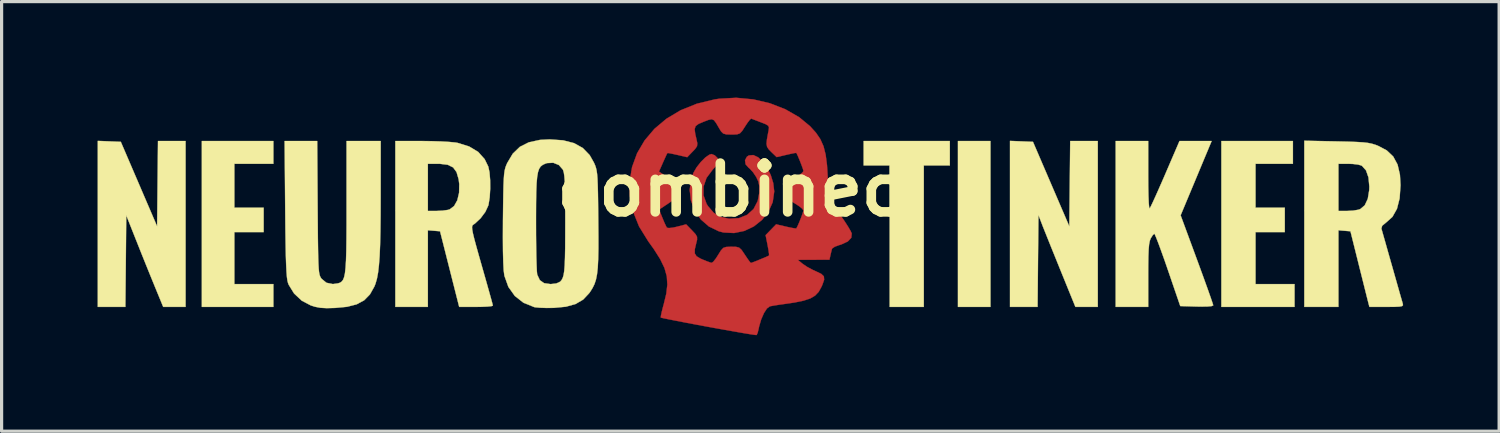
<source format=kicad_pcb>
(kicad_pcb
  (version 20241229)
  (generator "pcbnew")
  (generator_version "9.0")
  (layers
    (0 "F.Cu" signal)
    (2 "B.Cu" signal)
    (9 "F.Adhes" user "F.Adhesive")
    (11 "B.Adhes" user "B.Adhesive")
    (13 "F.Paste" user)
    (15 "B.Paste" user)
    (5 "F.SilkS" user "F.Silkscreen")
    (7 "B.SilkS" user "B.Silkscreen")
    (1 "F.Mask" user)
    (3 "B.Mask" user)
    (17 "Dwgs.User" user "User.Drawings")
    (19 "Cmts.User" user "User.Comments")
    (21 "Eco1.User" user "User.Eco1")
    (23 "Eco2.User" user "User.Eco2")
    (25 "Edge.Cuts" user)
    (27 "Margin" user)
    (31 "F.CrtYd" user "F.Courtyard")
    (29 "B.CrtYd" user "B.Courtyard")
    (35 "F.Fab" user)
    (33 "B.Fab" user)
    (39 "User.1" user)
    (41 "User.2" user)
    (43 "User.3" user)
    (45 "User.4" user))
  (footprint "combined"
    (layer "F.Cu")
    (at 19.817 2.88)
    (property "Reference" "combined" (at 0 0 0) (layer "F.SilkS") (effects (font (size 1.524 1.524) (thickness 0.3))))
    (attr through_hole)
    (fp_poly (pts (xy -0.537 -1.078) (xy -0.446 -0.989) (xy -0.406 -0.893) (xy -0.44 -0.824) (xy -0.526 -0.713) (xy -0.605 -0.626) (xy -0.793 -0.374) (xy -0.887 -0.104) (xy -0.888 0.172) (xy -0.792 0.44) (xy -0.748 0.51) (xy -0.565 0.723) (xy -0.351 0.848) (xy -0.087 0.903) (xy 0.219 0.885) (xy 0.477 0.781) (xy 0.675 0.601) (xy 0.805 0.351) (xy 0.854 0.097) (xy 0.858 -0.104) (xy 0.826 -0.258) (xy 0.758 -0.402) (xy 0.661 -0.547) (xy 0.557 -0.662) (xy 0.524 -0.687) (xy 0.427 -0.796) (xy 0.409 -0.923) (xy 0.467 -1.033) (xy 0.527 -1.073) (xy 0.668 -1.086) (xy 0.818 -1.016) (xy 0.966 -0.877) (xy 1.101 -0.686) (xy 1.213 -0.46) (xy 1.29 -0.212) (xy 1.32 0.04) (xy 1.321 0.054) (xy 1.274 0.384) (xy 1.142 0.682) (xy 0.941 0.939) (xy 0.685 1.143) (xy 0.389 1.284) (xy 0.067 1.35) (xy -0.265 1.333) (xy -0.408 1.296) (xy -0.718 1.147) (xy -0.972 0.926) (xy -1.162 0.65) (xy -1.28 0.337) (xy -1.32 0.003) (xy -1.275 -0.335) (xy -1.201 -0.534) (xy -1.102 -0.704) (xy -0.972 -0.869) (xy -0.833 -1.008) (xy -0.706 -1.097) (xy -0.637 -1.118) (xy -0.537 -1.078)) (stroke (width 0.01) (type solid)) (fill yes) (layer "F.Cu"))
    (fp_poly (pts (xy 0.668 -2.825) (xy 1.185 -2.704) (xy 1.669 -2.516) (xy 2.101 -2.268) (xy 2.44 -1.988) (xy 2.624 -1.785) (xy 2.762 -1.583) (xy 2.861 -1.361) (xy 2.928 -1.098) (xy 2.97 -0.773) (xy 2.993 -0.404) (xy 3.023 0.284) (xy 3.367 0.762) (xy 3.508 0.964) (xy 3.627 1.148) (xy 3.71 1.291) (xy 3.743 1.365) (xy 3.729 1.498) (xy 3.619 1.614) (xy 3.419 1.707) (xy 3.345 1.729) (xy 3.215 1.777) (xy 3.135 1.83) (xy 3.126 1.844) (xy 3.102 1.937) (xy 3.077 2.045) (xy 3.046 2.184) (xy 2.552 2.186) (xy 2.057 2.188) (xy 2.21 2.313) (xy 2.347 2.406) (xy 2.528 2.503) (xy 2.629 2.549) (xy 2.791 2.626) (xy 2.872 2.704) (xy 2.881 2.808) (xy 2.827 2.964) (xy 2.797 3.031) (xy 2.711 3.186) (xy 2.6 3.304) (xy 2.448 3.394) (xy 2.239 3.463) (xy 1.957 3.521) (xy 1.707 3.558) (xy 1.499 3.587) (xy 1.319 3.615) (xy 1.2 3.637) (xy 1.185 3.64) (xy 1.095 3.706) (xy 1.001 3.85) (xy 0.915 4.046) (xy 0.849 4.271) (xy 0.837 4.331) (xy 0.806 4.458) (xy 0.775 4.532) (xy 0.769 4.537) (xy 0.713 4.532) (xy 0.569 4.511) (xy 0.351 4.475) (xy 0.071 4.426) (xy -0.258 4.368) (xy -0.623 4.302) (xy -0.733 4.282) (xy -1.106 4.213) (xy -1.446 4.149) (xy -1.739 4.092) (xy -1.974 4.046) (xy -2.138 4.012) (xy -2.217 3.994) (xy -2.223 3.991) (xy -2.219 3.937) (xy -2.192 3.809) (xy -2.147 3.633) (xy -2.13 3.573) (xy -2.051 3.247) (xy -2.018 2.962) (xy -2.035 2.7) (xy -2.108 2.441) (xy -2.242 2.164) (xy -2.441 1.85) (xy -2.614 1.609) (xy -2.9 1.147) (xy -3.09 0.677) (xy -3.187 0.204) (xy -3.196 -0.261) (xy -3.144 -0.569) (xy -2.28 -0.569) (xy -2.004 -0.386) (xy -1.854 -0.283) (xy -1.772 -0.205) (xy -1.736 -0.123) (xy -1.727 -0.008) (xy -1.727 0.025) (xy -1.732 0.152) (xy -1.76 0.239) (xy -1.831 0.315) (xy -1.964 0.41) (xy -2.002 0.435) (xy -2.277 0.618) (xy -2.171 0.88) (xy -2.107 1.033) (xy -2.053 1.146) (xy -2.03 1.184) (xy -1.966 1.195) (xy -1.836 1.18) (xy -1.713 1.152) (xy -1.431 1.079) (xy -1.245 1.27) (xy -1.137 1.386) (xy -1.09 1.47) (xy -1.089 1.56) (xy -1.113 1.657) (xy -1.16 1.856) (xy -1.161 1.987) (xy -1.106 2.075) (xy -0.985 2.148) (xy -0.927 2.174) (xy -0.779 2.234) (xy -0.667 2.274) (xy -0.633 2.282) (xy -0.58 2.244) (xy -0.499 2.141) (xy -0.43 2.033) (xy -0.341 1.891) (xy -0.27 1.815) (xy -0.181 1.785) (xy -0.041 1.779) (xy -0.018 1.779) (xy 0.13 1.782) (xy 0.224 1.807) (xy 0.299 1.874) (xy 0.388 2.004) (xy 0.406 2.032) (xy 0.497 2.167) (xy 0.565 2.259) (xy 0.593 2.286) (xy 0.646 2.268) (xy 0.76 2.224) (xy 0.901 2.166) (xy 1.037 2.11) (xy 1.133 2.067) (xy 1.159 2.053) (xy 1.159 2.002) (xy 1.141 1.879) (xy 1.114 1.729) (xy 1.052 1.417) (xy 1.381 1.078) (xy 1.688 1.15) (xy 1.851 1.185) (xy 1.968 1.205) (xy 2.011 1.207) (xy 2.046 1.144) (xy 2.1 1.021) (xy 2.159 0.874) (xy 2.208 0.739) (xy 2.233 0.653) (xy 2.234 0.643) (xy 2.193 0.587) (xy 2.088 0.504) (xy 1.98 0.434) (xy 1.838 0.346) (xy 1.763 0.274) (xy 1.733 0.186) (xy 1.727 0.047) (xy 1.727 0.026) (xy 1.731 -0.122) (xy 1.757 -0.214) (xy 1.826 -0.284) (xy 1.958 -0.368) (xy 1.981 -0.381) (xy 2.119 -0.471) (xy 2.211 -0.549) (xy 2.235 -0.588) (xy 2.217 -0.655) (xy 2.172 -0.78) (xy 2.114 -0.927) (xy 2.058 -1.06) (xy 2.017 -1.145) (xy 2.011 -1.154) (xy 1.961 -1.149) (xy 1.841 -1.125) (xy 1.7 -1.093) (xy 1.397 -1.022) (xy 1.228 -1.184) (xy 1.146 -1.268) (xy 1.098 -1.344) (xy 1.081 -1.436) (xy 1.093 -1.571) (xy 1.129 -1.772) (xy 1.146 -1.855) (xy 1.157 -1.945) (xy 1.133 -2.003) (xy 1.052 -2.052) (xy 0.907 -2.109) (xy 0.754 -2.167) (xy 0.642 -2.21) (xy 0.604 -2.225) (xy 0.562 -2.193) (xy 0.487 -2.096) (xy 0.413 -1.984) (xy 0.321 -1.841) (xy 0.249 -1.764) (xy 0.161 -1.733) (xy 0.023 -1.727) (xy -0.016 -1.727) (xy -0.176 -1.732) (xy -0.271 -1.758) (xy -0.339 -1.825) (xy -0.396 -1.918) (xy -0.492 -2.083) (xy -0.561 -2.175) (xy -0.631 -2.205) (xy -0.728 -2.186) (xy -0.88 -2.128) (xy -0.88 -2.128) (xy -1.043 -2.059) (xy -1.134 -1.991) (xy -1.165 -1.896) (xy -1.147 -1.748) (xy -1.112 -1.597) (xy -1.082 -1.457) (xy -1.09 -1.365) (xy -1.149 -1.277) (xy -1.226 -1.196) (xy -1.397 -1.019) (xy -1.702 -1.09) (xy -1.862 -1.125) (xy -1.977 -1.147) (xy -2.017 -1.149) (xy -2.042 -1.101) (xy -2.095 -0.985) (xy -2.154 -0.854) (xy -2.28 -0.569) (xy -3.144 -0.569) (xy -3.12 -0.712) (xy -2.963 -1.142) (xy -2.729 -1.541) (xy -2.422 -1.904) (xy -2.045 -2.221) (xy -1.603 -2.485) (xy -1.098 -2.689) (xy -0.537 -2.825) (xy -0.393 -2.846) (xy 0.135 -2.875) (xy 0.668 -2.825)) (stroke (width 0.01) (type solid)) (fill yes) (layer "F.Cu"))
    (fp_poly (pts (xy -0.537 -1.078) (xy -0.446 -0.989) (xy -0.406 -0.893) (xy -0.44 -0.824) (xy -0.526 -0.713) (xy -0.605 -0.626) (xy -0.793 -0.374) (xy -0.887 -0.104) (xy -0.888 0.172) (xy -0.792 0.44) (xy -0.748 0.51) (xy -0.565 0.723) (xy -0.351 0.848) (xy -0.087 0.903) (xy 0.219 0.885) (xy 0.477 0.781) (xy 0.675 0.601) (xy 0.805 0.351) (xy 0.854 0.097) (xy 0.858 -0.104) (xy 0.826 -0.258) (xy 0.758 -0.402) (xy 0.661 -0.547) (xy 0.557 -0.662) (xy 0.524 -0.687) (xy 0.427 -0.796) (xy 0.409 -0.923) (xy 0.467 -1.033) (xy 0.527 -1.073) (xy 0.668 -1.086) (xy 0.818 -1.016) (xy 0.966 -0.877) (xy 1.101 -0.686) (xy 1.213 -0.46) (xy 1.29 -0.212) (xy 1.32 0.04) (xy 1.321 0.054) (xy 1.274 0.384) (xy 1.142 0.682) (xy 0.941 0.939) (xy 0.685 1.143) (xy 0.389 1.284) (xy 0.067 1.35) (xy -0.265 1.333) (xy -0.408 1.296) (xy -0.718 1.147) (xy -0.972 0.926) (xy -1.162 0.65) (xy -1.28 0.337) (xy -1.32 0.003) (xy -1.275 -0.335) (xy -1.201 -0.534) (xy -1.102 -0.704) (xy -0.972 -0.869) (xy -0.833 -1.008) (xy -0.706 -1.097) (xy -0.637 -1.118) (xy -0.537 -1.078)) (stroke (width 0.01) (type solid)) (fill yes) (layer "F.Mask"))
    (fp_poly (pts (xy 0.668 -2.825) (xy 1.185 -2.704) (xy 1.669 -2.516) (xy 2.101 -2.268) (xy 2.44 -1.988) (xy 2.624 -1.785) (xy 2.762 -1.583) (xy 2.861 -1.361) (xy 2.928 -1.098) (xy 2.97 -0.773) (xy 2.993 -0.404) (xy 3.023 0.284) (xy 3.367 0.762) (xy 3.508 0.964) (xy 3.627 1.148) (xy 3.71 1.291) (xy 3.743 1.365) (xy 3.729 1.498) (xy 3.619 1.614) (xy 3.419 1.707) (xy 3.345 1.729) (xy 3.215 1.777) (xy 3.135 1.83) (xy 3.126 1.844) (xy 3.102 1.937) (xy 3.077 2.045) (xy 3.046 2.184) (xy 2.552 2.186) (xy 2.057 2.188) (xy 2.21 2.313) (xy 2.347 2.406) (xy 2.528 2.503) (xy 2.629 2.549) (xy 2.791 2.626) (xy 2.872 2.704) (xy 2.881 2.808) (xy 2.827 2.964) (xy 2.797 3.031) (xy 2.711 3.186) (xy 2.6 3.304) (xy 2.448 3.394) (xy 2.239 3.463) (xy 1.957 3.521) (xy 1.707 3.558) (xy 1.499 3.587) (xy 1.319 3.615) (xy 1.2 3.637) (xy 1.185 3.64) (xy 1.095 3.706) (xy 1.001 3.85) (xy 0.915 4.046) (xy 0.849 4.271) (xy 0.837 4.331) (xy 0.806 4.458) (xy 0.775 4.532) (xy 0.769 4.537) (xy 0.713 4.532) (xy 0.569 4.511) (xy 0.351 4.475) (xy 0.071 4.426) (xy -0.258 4.368) (xy -0.623 4.302) (xy -0.733 4.282) (xy -1.106 4.213) (xy -1.446 4.149) (xy -1.739 4.092) (xy -1.974 4.046) (xy -2.138 4.012) (xy -2.217 3.994) (xy -2.223 3.991) (xy -2.219 3.937) (xy -2.192 3.809) (xy -2.147 3.633) (xy -2.13 3.573) (xy -2.051 3.247) (xy -2.018 2.962) (xy -2.035 2.7) (xy -2.108 2.441) (xy -2.242 2.164) (xy -2.441 1.85) (xy -2.614 1.609) (xy -2.9 1.147) (xy -3.09 0.677) (xy -3.187 0.204) (xy -3.196 -0.261) (xy -3.144 -0.569) (xy -2.28 -0.569) (xy -2.004 -0.386) (xy -1.854 -0.283) (xy -1.772 -0.205) (xy -1.736 -0.123) (xy -1.727 -0.008) (xy -1.727 0.025) (xy -1.732 0.152) (xy -1.76 0.239) (xy -1.831 0.315) (xy -1.964 0.41) (xy -2.002 0.435) (xy -2.277 0.618) (xy -2.171 0.88) (xy -2.107 1.033) (xy -2.053 1.146) (xy -2.03 1.184) (xy -1.966 1.195) (xy -1.836 1.18) (xy -1.713 1.152) (xy -1.431 1.079) (xy -1.245 1.27) (xy -1.137 1.386) (xy -1.09 1.47) (xy -1.089 1.56) (xy -1.113 1.657) (xy -1.16 1.856) (xy -1.161 1.987) (xy -1.106 2.075) (xy -0.985 2.148) (xy -0.927 2.174) (xy -0.779 2.234) (xy -0.667 2.274) (xy -0.633 2.282) (xy -0.58 2.244) (xy -0.499 2.141) (xy -0.43 2.033) (xy -0.341 1.891) (xy -0.27 1.815) (xy -0.181 1.785) (xy -0.041 1.779) (xy -0.018 1.779) (xy 0.13 1.782) (xy 0.224 1.807) (xy 0.299 1.874) (xy 0.388 2.004) (xy 0.406 2.032) (xy 0.497 2.167) (xy 0.565 2.259) (xy 0.593 2.286) (xy 0.646 2.268) (xy 0.76 2.224) (xy 0.901 2.166) (xy 1.037 2.11) (xy 1.133 2.067) (xy 1.159 2.053) (xy 1.159 2.002) (xy 1.141 1.879) (xy 1.114 1.729) (xy 1.052 1.417) (xy 1.381 1.078) (xy 1.688 1.15) (xy 1.851 1.185) (xy 1.968 1.205) (xy 2.011 1.207) (xy 2.046 1.144) (xy 2.1 1.021) (xy 2.159 0.874) (xy 2.208 0.739) (xy 2.233 0.653) (xy 2.234 0.643) (xy 2.193 0.587) (xy 2.088 0.504) (xy 1.98 0.434) (xy 1.838 0.346) (xy 1.763 0.274) (xy 1.733 0.186) (xy 1.727 0.047) (xy 1.727 0.026) (xy 1.731 -0.122) (xy 1.757 -0.214) (xy 1.826 -0.284) (xy 1.958 -0.368) (xy 1.981 -0.381) (xy 2.119 -0.471) (xy 2.211 -0.549) (xy 2.235 -0.588) (xy 2.217 -0.655) (xy 2.172 -0.78) (xy 2.114 -0.927) (xy 2.058 -1.06) (xy 2.017 -1.145) (xy 2.011 -1.154) (xy 1.961 -1.149) (xy 1.841 -1.125) (xy 1.7 -1.093) (xy 1.397 -1.022) (xy 1.228 -1.184) (xy 1.146 -1.268) (xy 1.098 -1.344) (xy 1.081 -1.436) (xy 1.093 -1.571) (xy 1.129 -1.772) (xy 1.146 -1.855) (xy 1.157 -1.945) (xy 1.133 -2.003) (xy 1.052 -2.052) (xy 0.907 -2.109) (xy 0.754 -2.167) (xy 0.642 -2.21) (xy 0.604 -2.225) (xy 0.562 -2.193) (xy 0.487 -2.096) (xy 0.413 -1.984) (xy 0.321 -1.841) (xy 0.249 -1.764) (xy 0.161 -1.733) (xy 0.023 -1.727) (xy -0.016 -1.727) (xy -0.176 -1.732) (xy -0.271 -1.758) (xy -0.339 -1.825) (xy -0.396 -1.918) (xy -0.492 -2.083) (xy -0.561 -2.175) (xy -0.631 -2.205) (xy -0.728 -2.186) (xy -0.88 -2.128) (xy -0.88 -2.128) (xy -1.043 -2.059) (xy -1.134 -1.991) (xy -1.165 -1.896) (xy -1.147 -1.748) (xy -1.112 -1.597) (xy -1.082 -1.457) (xy -1.09 -1.365) (xy -1.149 -1.277) (xy -1.226 -1.196) (xy -1.397 -1.019) (xy -1.702 -1.09) (xy -1.862 -1.125) (xy -1.977 -1.147) (xy -2.017 -1.149) (xy -2.042 -1.101) (xy -2.095 -0.985) (xy -2.154 -0.854) (xy -2.28 -0.569) (xy -3.144 -0.569) (xy -3.12 -0.712) (xy -2.963 -1.142) (xy -2.729 -1.541) (xy -2.422 -1.904) (xy -2.045 -2.221) (xy -1.603 -2.485) (xy -1.098 -2.689) (xy -0.537 -2.825) (xy -0.393 -2.846) (xy 0.135 -2.875) (xy 0.668 -2.825)) (stroke (width 0.01) (type solid)) (fill yes) (layer "F.Mask"))
    (fp_poly (pts (xy 8.077 3.658) (xy 7.061 3.658) (xy 7.061 -1.524) (xy 8.077 -1.524) (xy 8.077 3.658)) (stroke (width 0.01) (type solid)) (fill yes) (layer "F.SilkS"))
    (fp_poly (pts (xy 6.807 -0.762) (xy 5.994 -0.762) (xy 5.994 3.658) (xy 4.928 3.658) (xy 4.928 -0.762) (xy 4.115 -0.762) (xy 4.115 -1.524) (xy 6.807 -1.524) (xy 6.807 -0.762)) (stroke (width 0.01) (type solid)) (fill yes) (layer "F.SilkS"))
    (fp_poly (pts (xy -14.326 -0.813) (xy -15.545 -0.813) (xy -15.545 0.559) (xy -14.63 0.559) (xy -14.63 1.321) (xy -15.545 1.321) (xy -15.545 2.946) (xy -14.326 2.946) (xy -14.326 3.658) (xy -16.561 3.658) (xy -16.561 -1.524) (xy -14.326 -1.524) (xy -14.326 -0.813)) (stroke (width 0.01) (type solid)) (fill yes) (layer "F.SilkS"))
    (fp_poly (pts (xy 17.526 -0.813) (xy 16.358 -0.813) (xy 16.358 0.559) (xy 17.272 0.559) (xy 17.272 1.321) (xy 16.358 1.321) (xy 16.358 2.946) (xy 17.577 2.946) (xy 17.577 3.658) (xy 15.291 3.658) (xy 15.291 -1.524) (xy 17.526 -1.524) (xy 17.526 -0.813)) (stroke (width 0.01) (type solid)) (fill yes) (layer "F.SilkS"))
    (fp_poly (pts (xy -19.093 -1.499) (xy -17.958 1.143) (xy -17.931 -1.524) (xy -17.069 -1.524) (xy -17.069 3.658) (xy -17.768 3.658) (xy -18.045 2.985) (xy -18.17 2.678) (xy -18.316 2.318) (xy -18.465 1.947) (xy -18.601 1.605) (xy -18.622 1.553) (xy -18.923 0.795) (xy -18.936 2.226) (xy -18.95 3.658) (xy -19.812 3.658) (xy -19.812 -1.528) (xy -19.093 -1.499)) (stroke (width 0.01) (type solid)) (fill yes) (layer "F.SilkS"))
    (fp_poly (pts (xy 9.405 -1.499) (xy 10.541 1.143) (xy 10.568 -1.524) (xy 11.43 -1.524) (xy 11.43 3.658) (xy 10.731 3.658) (xy 10.262 2.505) (xy 10.125 2.166) (xy 9.994 1.843) (xy 9.877 1.552) (xy 9.78 1.31) (xy 9.71 1.135) (xy 9.685 1.069) (xy 9.576 0.787) (xy 9.562 2.223) (xy 9.549 3.658) (xy 8.687 3.658) (xy 8.687 -1.528) (xy 9.405 -1.499)) (stroke (width 0.01) (type solid)) (fill yes) (layer "F.SilkS"))
    (fp_poly (pts (xy 13.005 -0.447) (xy 13.007 -0.095) (xy 13.013 0.193) (xy 13.022 0.408) (xy 13.034 0.541) (xy 13.049 0.583) (xy 13.051 0.582) (xy 13.084 0.523) (xy 13.15 0.384) (xy 13.243 0.181) (xy 13.356 -0.074) (xy 13.484 -0.365) (xy 13.54 -0.495) (xy 13.983 -1.524) (xy 14.987 -1.524) (xy 14.907 -1.333) (xy 14.864 -1.229) (xy 14.788 -1.048) (xy 14.688 -0.808) (xy 14.571 -0.528) (xy 14.445 -0.225) (xy 14.423 -0.173) (xy 14.018 0.797) (xy 14.528 2.179) (xy 14.658 2.534) (xy 14.776 2.858) (xy 14.877 3.14) (xy 14.957 3.367) (xy 15.011 3.526) (xy 15.036 3.605) (xy 15.037 3.611) (xy 14.988 3.633) (xy 14.851 3.646) (xy 14.636 3.649) (xy 14.522 3.647) (xy 14.007 3.632) (xy 13.62 2.502) (xy 13.51 2.184) (xy 13.408 1.9) (xy 13.321 1.664) (xy 13.253 1.49) (xy 13.21 1.39) (xy 13.197 1.372) (xy 13.151 1.412) (xy 13.088 1.51) (xy 13.082 1.521) (xy 13.054 1.597) (xy 13.033 1.706) (xy 13.019 1.865) (xy 13.01 2.086) (xy 13.006 2.385) (xy 13.005 2.664) (xy 13.005 3.658) (xy 11.989 3.658) (xy 11.989 -1.524) (xy 13.005 -1.524) (xy 13.005 -0.447)) (stroke (width 0.01) (type solid)) (fill yes) (layer "F.SilkS"))
    (fp_poly (pts (xy -12.943 0.555) (xy -12.939 1.07) (xy -12.936 1.492) (xy -12.931 1.833) (xy -12.926 2.102) (xy -12.919 2.308) (xy -12.91 2.462) (xy -12.899 2.573) (xy -12.884 2.652) (xy -12.865 2.707) (xy -12.842 2.749) (xy -12.822 2.778) (xy -12.669 2.904) (xy -12.467 2.945) (xy -12.31 2.923) (xy -12.246 2.903) (xy -12.194 2.869) (xy -12.151 2.815) (xy -12.117 2.731) (xy -12.09 2.607) (xy -12.071 2.435) (xy -12.057 2.207) (xy -12.048 1.913) (xy -12.043 1.545) (xy -12.04 1.094) (xy -12.04 0.55) (xy -12.04 0.51) (xy -12.04 -1.524) (xy -10.973 -1.524) (xy -10.974 0.191) (xy -10.976 0.79) (xy -10.982 1.297) (xy -10.992 1.721) (xy -11.007 2.071) (xy -11.029 2.358) (xy -11.056 2.59) (xy -11.091 2.777) (xy -11.134 2.928) (xy -11.17 3.02) (xy -11.31 3.268) (xy -11.49 3.452) (xy -11.725 3.578) (xy -12.027 3.655) (xy -12.395 3.69) (xy -12.659 3.697) (xy -12.857 3.686) (xy -13.025 3.654) (xy -13.157 3.612) (xy -13.442 3.462) (xy -13.68 3.238) (xy -13.848 2.966) (xy -13.868 2.913) (xy -13.887 2.84) (xy -13.903 2.726) (xy -13.916 2.562) (xy -13.927 2.341) (xy -13.937 2.054) (xy -13.944 1.692) (xy -13.951 1.247) (xy -13.956 0.711) (xy -13.957 0.597) (xy -13.975 -1.524) (xy -13.466 -1.524) (xy -12.957 -1.524) (xy -12.943 0.555)) (stroke (width 0.01) (type solid)) (fill yes) (layer "F.SilkS"))
    (fp_poly (pts (xy -9.375 -1.52) (xy -9.084 -1.511) (xy -8.831 -1.496) (xy -8.642 -1.478) (xy -8.575 -1.467) (xy -8.211 -1.354) (xy -7.929 -1.185) (xy -7.725 -0.957) (xy -7.612 -0.725) (xy -7.574 -0.547) (xy -7.554 -0.304) (xy -7.552 -0.033) (xy -7.568 0.231) (xy -7.602 0.45) (xy -7.613 0.493) (xy -7.704 0.69) (xy -7.854 0.891) (xy -8.03 1.055) (xy -8.085 1.092) (xy -8.108 1.116) (xy -8.119 1.16) (xy -8.115 1.236) (xy -8.093 1.356) (xy -8.051 1.53) (xy -7.986 1.77) (xy -7.897 2.088) (xy -7.819 2.362) (xy -7.723 2.698) (xy -7.637 3.002) (xy -7.565 3.259) (xy -7.51 3.457) (xy -7.477 3.582) (xy -7.469 3.619) (xy -7.515 3.635) (xy -7.643 3.648) (xy -7.83 3.656) (xy -7.994 3.658) (xy -8.521 3.658) (xy -8.82 2.477) (xy -9.119 1.295) (xy -9.5 1.264) (xy -9.5 3.658) (xy -10.516 3.658) (xy -10.516 -0.813) (xy -9.5 -0.813) (xy -9.5 0.66) (xy -9.224 0.66) (xy -9.041 0.651) (xy -8.881 0.629) (xy -8.82 0.612) (xy -8.681 0.508) (xy -8.58 0.328) (xy -8.524 0.092) (xy -8.519 -0.179) (xy -8.538 -0.33) (xy -8.604 -0.554) (xy -8.712 -0.701) (xy -8.881 -0.783) (xy -9.124 -0.812) (xy -9.172 -0.813) (xy -9.5 -0.813) (xy -10.516 -0.813) (xy -10.516 -1.524) (xy -9.68 -1.524) (xy -9.375 -1.52)) (stroke (width 0.01) (type solid)) (fill yes) (layer "F.SilkS"))
    (fp_poly (pts (xy 18.885 -1.513) (xy 19.24 -1.505) (xy 19.51 -1.495) (xy 19.714 -1.483) (xy 19.87 -1.465) (xy 19.994 -1.44) (xy 20.105 -1.406) (xy 20.177 -1.379) (xy 20.456 -1.233) (xy 20.66 -1.04) (xy 20.796 -0.788) (xy 20.87 -0.468) (xy 20.888 -0.145) (xy 20.86 0.265) (xy 20.777 0.593) (xy 20.636 0.844) (xy 20.436 1.023) (xy 20.434 1.024) (xy 20.314 1.124) (xy 20.29 1.212) (xy 20.311 1.283) (xy 20.355 1.438) (xy 20.418 1.659) (xy 20.495 1.932) (xy 20.583 2.242) (xy 20.625 2.388) (xy 20.716 2.709) (xy 20.799 3.001) (xy 20.869 3.249) (xy 20.923 3.436) (xy 20.955 3.547) (xy 20.961 3.569) (xy 20.964 3.608) (xy 20.934 3.634) (xy 20.854 3.649) (xy 20.708 3.656) (xy 20.478 3.658) (xy 20.451 3.658) (xy 19.916 3.658) (xy 19.88 3.518) (xy 19.857 3.428) (xy 19.814 3.256) (xy 19.755 3.02) (xy 19.684 2.736) (xy 19.605 2.422) (xy 19.584 2.337) (xy 19.324 1.295) (xy 19.136 1.28) (xy 18.948 1.264) (xy 18.948 3.658) (xy 17.882 3.658) (xy 17.882 -0.813) (xy 18.948 -0.813) (xy 18.948 0.66) (xy 19.225 0.66) (xy 19.408 0.65) (xy 19.568 0.623) (xy 19.629 0.603) (xy 19.77 0.484) (xy 19.865 0.283) (xy 19.91 0.01) (xy 19.914 -0.099) (xy 19.887 -0.387) (xy 19.81 -0.607) (xy 19.686 -0.746) (xy 19.662 -0.76) (xy 19.56 -0.789) (xy 19.397 -0.808) (xy 19.257 -0.813) (xy 18.948 -0.813) (xy 17.882 -0.813) (xy 17.882 -1.533) (xy 18.885 -1.513)) (stroke (width 0.01) (type solid)) (fill yes) (layer "F.SilkS"))
    (fp_poly (pts (xy -5.276 -1.546) (xy -4.932 -1.458) (xy -4.658 -1.305) (xy -4.445 -1.085) (xy -4.312 -0.851) (xy -4.277 -0.772) (xy -4.25 -0.695) (xy -4.229 -0.607) (xy -4.213 -0.497) (xy -4.201 -0.35) (xy -4.193 -0.155) (xy -4.186 0.1) (xy -4.181 0.43) (xy -4.177 0.845) (xy -4.176 0.955) (xy -4.172 1.447) (xy -4.172 1.848) (xy -4.179 2.173) (xy -4.192 2.433) (xy -4.215 2.639) (xy -4.248 2.805) (xy -4.293 2.942) (xy -4.352 3.063) (xy -4.425 3.18) (xy -4.463 3.233) (xy -4.649 3.43) (xy -4.886 3.568) (xy -5.187 3.652) (xy -5.563 3.688) (xy -5.789 3.691) (xy -5.995 3.684) (xy -6.147 3.67) (xy -6.18 3.663) (xy -6.513 3.528) (xy -6.783 3.316) (xy -6.984 3.034) (xy -7.107 2.69) (xy -7.111 2.67) (xy -7.131 2.515) (xy -7.144 2.263) (xy -7.153 1.918) (xy -7.156 1.484) (xy -7.154 1.041) (xy -6.121 1.041) (xy -6.12 1.425) (xy -6.116 1.781) (xy -6.111 2.094) (xy -6.103 2.352) (xy -6.095 2.539) (xy -6.085 2.642) (xy -6.083 2.651) (xy -6.002 2.823) (xy -5.868 2.917) (xy -5.665 2.946) (xy -5.664 2.946) (xy -5.488 2.926) (xy -5.369 2.872) (xy -5.363 2.867) (xy -5.32 2.816) (xy -5.286 2.751) (xy -5.259 2.66) (xy -5.239 2.533) (xy -5.225 2.359) (xy -5.216 2.127) (xy -5.21 1.824) (xy -5.208 1.442) (xy -5.207 1.016) (xy -5.208 0.568) (xy -5.211 0.211) (xy -5.216 -0.067) (xy -5.224 -0.277) (xy -5.236 -0.429) (xy -5.252 -0.537) (xy -5.273 -0.609) (xy -5.283 -0.633) (xy -5.407 -0.775) (xy -5.582 -0.845) (xy -5.779 -0.835) (xy -5.836 -0.815) (xy -5.913 -0.778) (xy -5.975 -0.729) (xy -6.023 -0.657) (xy -6.059 -0.552) (xy -6.085 -0.404) (xy -6.103 -0.201) (xy -6.114 0.067) (xy -6.119 0.411) (xy -6.121 0.842) (xy -6.121 1.041) (xy -7.154 1.041) (xy -7.154 0.965) (xy -7.153 0.905) (xy -7.148 0.475) (xy -7.143 0.134) (xy -7.137 -0.131) (xy -7.128 -0.333) (xy -7.117 -0.484) (xy -7.101 -0.598) (xy -7.08 -0.687) (xy -7.053 -0.763) (xy -7.02 -0.838) (xy -6.847 -1.129) (xy -6.625 -1.343) (xy -6.345 -1.484) (xy -5.998 -1.559) (xy -5.697 -1.575) (xy -5.276 -1.546)) (stroke (width 0.01) (type solid)) (fill yes) (layer "F.SilkS")))
  (gr_rect
    (start -3 -3)
    (end 43.786 10.422)
    (stroke (width 0.1) (type default))
    (fill no)
    (layer "Edge.Cuts")))
</source>
